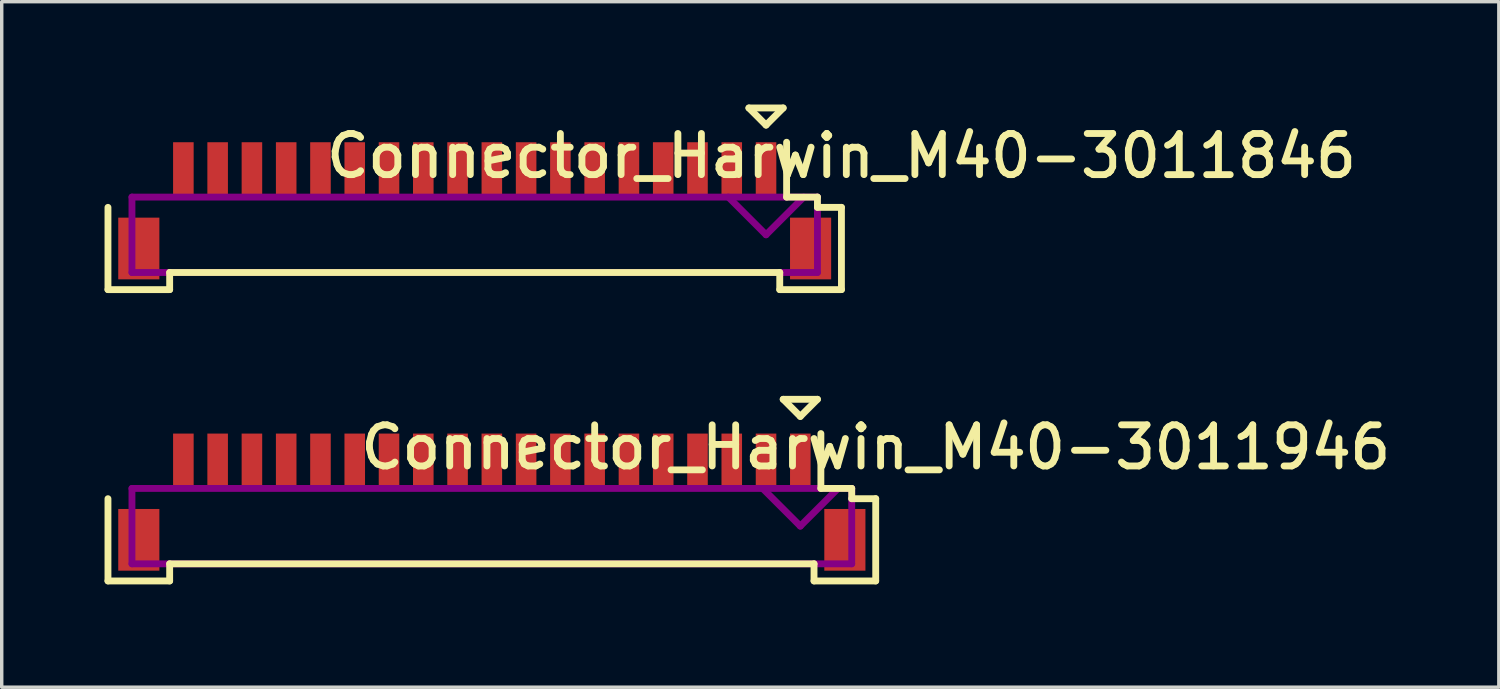
<source format=kicad_pcb>
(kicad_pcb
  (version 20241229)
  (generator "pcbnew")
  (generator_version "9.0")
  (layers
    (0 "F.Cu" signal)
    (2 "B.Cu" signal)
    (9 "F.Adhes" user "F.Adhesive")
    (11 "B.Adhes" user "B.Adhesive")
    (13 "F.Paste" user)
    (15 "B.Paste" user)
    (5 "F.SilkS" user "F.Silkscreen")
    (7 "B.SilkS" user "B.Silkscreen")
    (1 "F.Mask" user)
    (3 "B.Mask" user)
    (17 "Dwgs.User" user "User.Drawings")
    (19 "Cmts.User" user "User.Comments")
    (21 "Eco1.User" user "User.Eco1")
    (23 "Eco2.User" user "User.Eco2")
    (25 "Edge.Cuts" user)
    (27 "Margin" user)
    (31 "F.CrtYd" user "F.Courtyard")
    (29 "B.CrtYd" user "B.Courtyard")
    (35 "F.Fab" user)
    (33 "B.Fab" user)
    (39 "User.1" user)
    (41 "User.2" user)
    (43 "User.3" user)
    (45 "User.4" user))
  (footprint "Connector_Harwin_M40-3011946"
    (layer "F.Cu")
    (at 11.3 12.7)
    (property "Reference" "Connector_Harwin_M40-3011946" (at 11.2 -2.7 0) (layer "F.SilkS") (effects (font (size 1.2 1.2) (thickness 0.2))))
    (attr through_hole)
    (fp_line (start -11.2 1.2) (end -11.2 -1.2) (stroke (width 0.2) (type solid)) (layer "F.SilkS"))
    (fp_line (start -9.4 0.7) (end -9.4 1.2) (stroke (width 0.2) (type solid)) (layer "F.SilkS"))
    (fp_line (start -9.4 1.2) (end -11.2 1.2) (stroke (width 0.2) (type solid)) (layer "F.SilkS"))
    (fp_line (start 8.5 -4.1) (end 9 -3.6) (stroke (width 0.2) (type solid)) (layer "F.SilkS"))
    (fp_line (start 9 -3.6) (end 9.5 -4.1) (stroke (width 0.2) (type solid)) (layer "F.SilkS"))
    (fp_line (start 9.4 0.7) (end -9.4 0.7) (stroke (width 0.2) (type solid)) (layer "F.SilkS"))
    (fp_line (start 9.4 1.2) (end 9.4 0.7) (stroke (width 0.2) (type solid)) (layer "F.SilkS"))
    (fp_line (start 9.5 -4.1) (end 8.5 -4.1) (stroke (width 0.2) (type solid)) (layer "F.SilkS"))
    (fp_line (start 9.6 -3.1) (end 9.6 -1.5) (stroke (width 0.2) (type solid)) (layer "F.SilkS"))
    (fp_line (start 9.6 -1.5) (end 10.5 -1.5) (stroke (width 0.2) (type solid)) (layer "F.SilkS"))
    (fp_line (start 10.5 -1.5) (end 10.5 -1.2) (stroke (width 0.2) (type solid)) (layer "F.SilkS"))
    (fp_line (start 10.5 -1.2) (end 11.2 -1.2) (stroke (width 0.2) (type solid)) (layer "F.SilkS"))
    (fp_line (start 11.2 -1.2) (end 11.2 1.2) (stroke (width 0.2) (type solid)) (layer "F.SilkS"))
    (fp_line (start 11.2 1.2) (end 9.4 1.2) (stroke (width 0.2) (type solid)) (layer "F.SilkS"))
    (fp_line (start -10.5 -1.5) (end 10.5 -1.5) (stroke (width 0.2) (type solid)) (layer "F.Adhes"))
    (fp_line (start -10.5 0.7) (end -10.5 -1.5) (stroke (width 0.2) (type solid)) (layer "F.Adhes"))
    (fp_line (start 9 -0.4) (end 7.9 -1.5) (stroke (width 0.2) (type solid)) (layer "F.Adhes"))
    (fp_line (start 10.1 -1.5) (end 9 -0.4) (stroke (width 0.2) (type solid)) (layer "F.Adhes"))
    (fp_line (start 10.5 -1.5) (end 10.5 0.7) (stroke (width 0.2) (type solid)) (layer "F.Adhes"))
    (fp_line (start 10.5 0.7) (end -10.5 0.7) (stroke (width 0.2) (type solid)) (layer "F.Adhes"))
    (pad "" smd rect (at -10.3 0) (size 1.2 1.8) (layers "F.Cu" "F.Mask" "F.Paste"))
    (pad "" smd rect (at 10.3 0) (size 1.2 1.8) (layers "F.Cu" "F.Mask" "F.Paste"))
    (pad "1" smd rect (at 9 -2.3) (size 0.6 1.6) (layers "F.Cu" "F.Mask" "F.Paste"))
    (pad "2" smd rect (at 8 -2.3) (size 0.6 1.6) (layers "F.Cu" "F.Mask" "F.Paste"))
    (pad "3" smd rect (at 7 -2.3) (size 0.6 1.6) (layers "F.Cu" "F.Mask" "F.Paste"))
    (pad "4" smd rect (at 6 -2.3) (size 0.6 1.6) (layers "F.Cu" "F.Mask" "F.Paste"))
    (pad "5" smd rect (at 5 -2.3) (size 0.6 1.6) (layers "F.Cu" "F.Mask" "F.Paste"))
    (pad "6" smd rect (at 4 -2.3) (size 0.6 1.6) (layers "F.Cu" "F.Mask" "F.Paste"))
    (pad "7" smd rect (at 3 -2.3) (size 0.6 1.6) (layers "F.Cu" "F.Mask" "F.Paste"))
    (pad "8" smd rect (at 2 -2.3) (size 0.6 1.6) (layers "F.Cu" "F.Mask" "F.Paste"))
    (pad "9" smd rect (at 1 -2.3) (size 0.6 1.6) (layers "F.Cu" "F.Mask" "F.Paste"))
    (pad "10" smd rect (at 0 -2.3) (size 0.6 1.6) (layers "F.Cu" "F.Mask" "F.Paste"))
    (pad "11" smd rect (at -1 -2.3) (size 0.6 1.6) (layers "F.Cu" "F.Mask" "F.Paste"))
    (pad "12" smd rect (at -2 -2.3) (size 0.6 1.6) (layers "F.Cu" "F.Mask" "F.Paste"))
    (pad "13" smd rect (at -3 -2.3) (size 0.6 1.6) (layers "F.Cu" "F.Mask" "F.Paste"))
    (pad "14" smd rect (at -4 -2.3) (size 0.6 1.6) (layers "F.Cu" "F.Mask" "F.Paste"))
    (pad "15" smd rect (at -5 -2.3) (size 0.6 1.6) (layers "F.Cu" "F.Mask" "F.Paste"))
    (pad "16" smd rect (at -6 -2.3) (size 0.6 1.6) (layers "F.Cu" "F.Mask" "F.Paste"))
    (pad "17" smd rect (at -7 -2.3) (size 0.6 1.6) (layers "F.Cu" "F.Mask" "F.Paste"))
    (pad "18" smd rect (at -8 -2.3) (size 0.6 1.6) (layers "F.Cu" "F.Mask" "F.Paste"))
    (pad "19" smd rect (at -9 -2.3) (size 0.6 1.6) (layers "F.Cu" "F.Mask" "F.Paste")))
  (footprint "Connector_Harwin_M40-3011846"
    (layer "F.Cu")
    (at 10.8 4.2)
    (property "Reference" "Connector_Harwin_M40-3011846" (at 10.7 -2.7 0) (layer "F.SilkS") (effects (font (size 1.2 1.2) (thickness 0.2))))
    (attr through_hole)
    (fp_line (start -10.7 1.2) (end -10.7 -1.2) (stroke (width 0.2) (type solid)) (layer "F.SilkS"))
    (fp_line (start -8.9 0.7) (end -8.9 1.2) (stroke (width 0.2) (type solid)) (layer "F.SilkS"))
    (fp_line (start -8.9 1.2) (end -10.7 1.2) (stroke (width 0.2) (type solid)) (layer "F.SilkS"))
    (fp_line (start 8 -4.1) (end 8.5 -3.6) (stroke (width 0.2) (type solid)) (layer "F.SilkS"))
    (fp_line (start 8.5 -3.6) (end 9 -4.1) (stroke (width 0.2) (type solid)) (layer "F.SilkS"))
    (fp_line (start 8.9 0.7) (end -8.9 0.7) (stroke (width 0.2) (type solid)) (layer "F.SilkS"))
    (fp_line (start 8.9 1.2) (end 8.9 0.7) (stroke (width 0.2) (type solid)) (layer "F.SilkS"))
    (fp_line (start 9 -4.1) (end 8 -4.1) (stroke (width 0.2) (type solid)) (layer "F.SilkS"))
    (fp_line (start 9.1 -3.1) (end 9.1 -1.5) (stroke (width 0.2) (type solid)) (layer "F.SilkS"))
    (fp_line (start 9.1 -1.5) (end 10 -1.5) (stroke (width 0.2) (type solid)) (layer "F.SilkS"))
    (fp_line (start 10 -1.5) (end 10 -1.2) (stroke (width 0.2) (type solid)) (layer "F.SilkS"))
    (fp_line (start 10 -1.2) (end 10.7 -1.2) (stroke (width 0.2) (type solid)) (layer "F.SilkS"))
    (fp_line (start 10.7 -1.2) (end 10.7 1.2) (stroke (width 0.2) (type solid)) (layer "F.SilkS"))
    (fp_line (start 10.7 1.2) (end 8.9 1.2) (stroke (width 0.2) (type solid)) (layer "F.SilkS"))
    (fp_line (start -10 -1.5) (end 10 -1.5) (stroke (width 0.2) (type solid)) (layer "F.Adhes"))
    (fp_line (start -10 0.7) (end -10 -1.5) (stroke (width 0.2) (type solid)) (layer "F.Adhes"))
    (fp_line (start 8.5 -0.4) (end 7.4 -1.5) (stroke (width 0.2) (type solid)) (layer "F.Adhes"))
    (fp_line (start 9.6 -1.5) (end 8.5 -0.4) (stroke (width 0.2) (type solid)) (layer "F.Adhes"))
    (fp_line (start 10 -1.5) (end 10 0.7) (stroke (width 0.2) (type solid)) (layer "F.Adhes"))
    (fp_line (start 10 0.7) (end -10 0.7) (stroke (width 0.2) (type solid)) (layer "F.Adhes"))
    (pad "" smd rect (at -9.8 0) (size 1.2 1.8) (layers "F.Cu" "F.Mask" "F.Paste"))
    (pad "" smd rect (at 9.8 0) (size 1.2 1.8) (layers "F.Cu" "F.Mask" "F.Paste"))
    (pad "1" smd rect (at 8.5 -2.3) (size 0.6 1.6) (layers "F.Cu" "F.Mask" "F.Paste"))
    (pad "2" smd rect (at 7.5 -2.3) (size 0.6 1.6) (layers "F.Cu" "F.Mask" "F.Paste"))
    (pad "3" smd rect (at 6.5 -2.3) (size 0.6 1.6) (layers "F.Cu" "F.Mask" "F.Paste"))
    (pad "4" smd rect (at 5.5 -2.3) (size 0.6 1.6) (layers "F.Cu" "F.Mask" "F.Paste"))
    (pad "5" smd rect (at 4.5 -2.3) (size 0.6 1.6) (layers "F.Cu" "F.Mask" "F.Paste"))
    (pad "6" smd rect (at 3.5 -2.3) (size 0.6 1.6) (layers "F.Cu" "F.Mask" "F.Paste"))
    (pad "7" smd rect (at 2.5 -2.3) (size 0.6 1.6) (layers "F.Cu" "F.Mask" "F.Paste"))
    (pad "8" smd rect (at 1.5 -2.3) (size 0.6 1.6) (layers "F.Cu" "F.Mask" "F.Paste"))
    (pad "9" smd rect (at 0.5 -2.3) (size 0.6 1.6) (layers "F.Cu" "F.Mask" "F.Paste"))
    (pad "10" smd rect (at -0.5 -2.3) (size 0.6 1.6) (layers "F.Cu" "F.Mask" "F.Paste"))
    (pad "11" smd rect (at -1.5 -2.3) (size 0.6 1.6) (layers "F.Cu" "F.Mask" "F.Paste"))
    (pad "12" smd rect (at -2.5 -2.3) (size 0.6 1.6) (layers "F.Cu" "F.Mask" "F.Paste"))
    (pad "13" smd rect (at -3.5 -2.3) (size 0.6 1.6) (layers "F.Cu" "F.Mask" "F.Paste"))
    (pad "14" smd rect (at -4.5 -2.3) (size 0.6 1.6) (layers "F.Cu" "F.Mask" "F.Paste"))
    (pad "15" smd rect (at -5.5 -2.3) (size 0.6 1.6) (layers "F.Cu" "F.Mask" "F.Paste"))
    (pad "16" smd rect (at -6.5 -2.3) (size 0.6 1.6) (layers "F.Cu" "F.Mask" "F.Paste"))
    (pad "17" smd rect (at -7.5 -2.3) (size 0.6 1.6) (layers "F.Cu" "F.Mask" "F.Paste"))
    (pad "18" smd rect (at -8.5 -2.3) (size 0.6 1.6) (layers "F.Cu" "F.Mask" "F.Paste")))
  (gr_rect
    (start -3 -3)
    (end 40.68 17)
    (stroke (width 0.1) (type default))
    (fill no)
    (layer "Edge.Cuts")))
</source>
